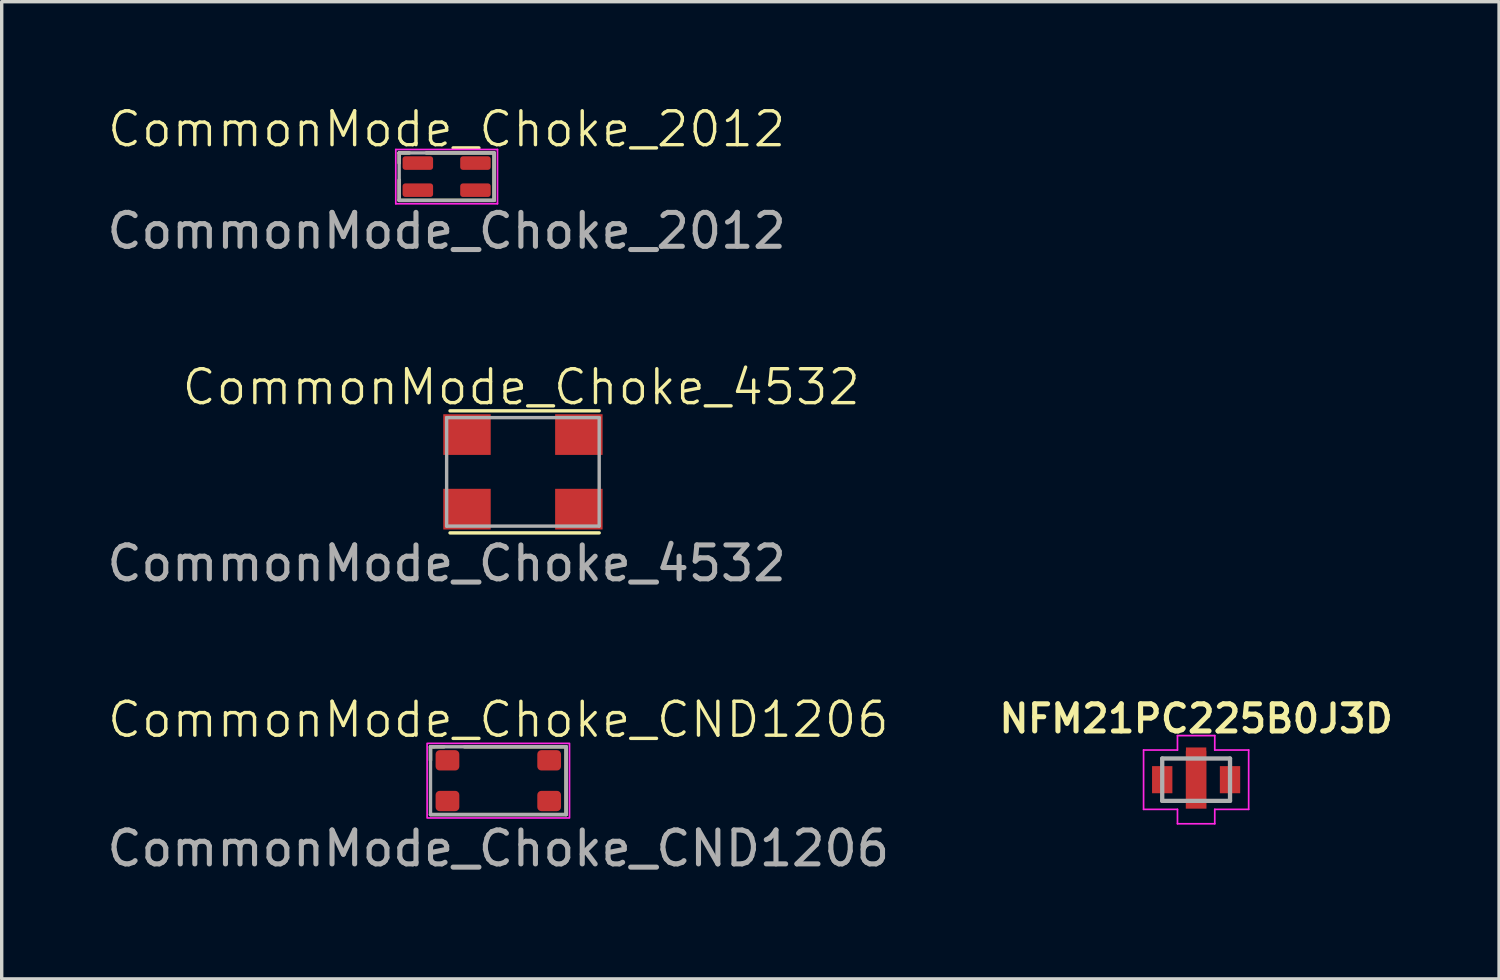
<source format=kicad_pcb>
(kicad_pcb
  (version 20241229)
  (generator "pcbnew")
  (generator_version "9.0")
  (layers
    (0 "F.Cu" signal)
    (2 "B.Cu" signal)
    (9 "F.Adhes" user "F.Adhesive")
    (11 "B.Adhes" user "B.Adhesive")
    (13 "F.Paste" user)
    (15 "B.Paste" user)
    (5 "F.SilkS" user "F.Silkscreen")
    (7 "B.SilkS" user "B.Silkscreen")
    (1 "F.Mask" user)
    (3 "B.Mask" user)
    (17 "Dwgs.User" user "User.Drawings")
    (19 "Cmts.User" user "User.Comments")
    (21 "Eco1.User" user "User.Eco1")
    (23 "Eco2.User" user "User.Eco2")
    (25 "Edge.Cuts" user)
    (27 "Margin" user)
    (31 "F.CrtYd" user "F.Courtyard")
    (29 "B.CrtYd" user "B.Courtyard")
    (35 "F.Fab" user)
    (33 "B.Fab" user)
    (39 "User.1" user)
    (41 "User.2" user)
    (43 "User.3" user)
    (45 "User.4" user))
  (footprint "CommonMode_Choke_CND1206"
    (layer "F.Cu")
    (at 11.649 19.978)
    (property "Reference" "CommonMode_Choke_CND1206" (at 0 -1.8 0) (unlocked yes) (layer "F.SilkS") (effects (font (size 1 1) (thickness 0.1))))
    (attr smd)
    (fp_line (start -2 -1) (end -2 -0.6) (stroke (width 0.1) (type default)) (layer "F.SilkS"))
    (fp_line (start -2 1) (end 2 1) (stroke (width 0.1) (type default)) (layer "F.SilkS"))
    (fp_line (start -1.6 -1) (end -2 -1) (stroke (width 0.1) (type default)) (layer "F.SilkS"))
    (fp_line (start -1 -1) (end 2 -1) (stroke (width 0.1) (type default)) (layer "F.SilkS"))
    (fp_line (start 2 -1) (end 2 1) (stroke (width 0.1) (type default)) (layer "F.SilkS"))
    (fp_rect (start -2.1 -1.1) (end 2.1 1.1) (stroke (width 0.05) (type default)) (fill no) (layer "F.CrtYd"))
    (fp_line (start -2 -1) (end -1.9 -1) (stroke (width 0.1) (type default)) (layer "F.Fab"))
    (fp_line (start -2 1) (end -2 -1) (stroke (width 0.1) (type default)) (layer "F.Fab"))
    (fp_line (start -1.9 -1) (end 2 -1) (stroke (width 0.1) (type default)) (layer "F.Fab"))
    (fp_line (start 2 -1) (end 2 1) (stroke (width 0.1) (type default)) (layer "F.Fab"))
    (fp_line (start 2 1) (end -2 1) (stroke (width 0.1) (type default)) (layer "F.Fab"))
    (fp_text user "${REFERENCE}" (at 0 2 0) (unlocked yes) (layer "F.Fab") (effects (font (size 1 1) (thickness 0.15))))
    (pad "1" smd roundrect (at -1.5 -0.6) (size 0.7 0.6) (layers "F.Cu" "F.Mask" "F.Paste") (roundrect_rratio 0.2))
    (pad "2" smd roundrect (at 1.5 -0.6) (size 0.7 0.6) (layers "F.Cu" "F.Mask" "F.Paste") (roundrect_rratio 0.2))
    (pad "3" smd roundrect (at -1.5 0.6) (size 0.7 0.6) (layers "F.Cu" "F.Mask" "F.Paste") (roundrect_rratio 0.2))
    (pad "4" smd roundrect (at 1.5 0.6) (size 0.7 0.6) (layers "F.Cu" "F.Mask" "F.Paste") (roundrect_rratio 0.2)))
  (footprint "CommonMode_Choke_4532"
    (layer "F.Cu")
    (at 10.125 12.469)
    (property "Reference" "CommonMode_Choke_4532" (at 2.2 -4.1 0) (unlocked yes) (layer "F.SilkS") (effects (font (size 1 1) (thickness 0.1))))
    (attr smd)
    (fp_line (start 0.1 0.2) (end 4.5 0.2) (stroke (width 0.1) (type default)) (layer "F.SilkS"))
    (fp_line (start 4.5 -3.4) (end 0.1 -3.4) (stroke (width 0.1) (type default)) (layer "F.SilkS"))
    (fp_line (start 0 -3.2) (end 4.5 -3.2) (stroke (width 0.1) (type default)) (layer "F.Fab"))
    (fp_line (start 0 0) (end 0 -3.2) (stroke (width 0.1) (type default)) (layer "F.Fab"))
    (fp_line (start 0 0) (end 4.5 0) (stroke (width 0.1) (type default)) (layer "F.Fab"))
    (fp_line (start 4.5 -3.2) (end 4.5 0) (stroke (width 0.1) (type default)) (layer "F.Fab"))
    (fp_text user "${REFERENCE}" (at 0 1.1 0) (unlocked yes) (layer "F.Fab") (effects (font (size 1 1) (thickness 0.15))))
    (pad "1" smd rect (at 0.6 -2.7) (size 1.4 1.2) (layers "F.Cu" "F.Mask" "F.Paste"))
    (pad "2" smd rect (at 3.9 -2.7) (size 1.4 1.2) (layers "F.Cu" "F.Mask" "F.Paste"))
    (pad "3" smd rect (at 0.6 -0.5) (size 1.4 1.2) (layers "F.Cu" "F.Mask" "F.Paste"))
    (pad "4" smd rect (at 3.9 -0.5) (size 1.4 1.2) (layers "F.Cu" "F.Mask" "F.Paste")))
  (footprint "NFM21PC225B0J3D"
    (layer "F.Cu")
    (at 32.233 19.949)
    (property "Reference" "NFM21PC225B0J3D" (at 0 -1.8 0) (layer "F.SilkS") (effects (font (size 0.8 0.8) (thickness 0.15))))
    (attr smd)
    (fp_poly (pts (xy -1.3 -0.4) (xy -0.7 -0.4) (xy -0.7 0.4) (xy -1.3 0.4)) (stroke (width 0.01) (type solid)) (fill yes) (layer "F.Mask"))
    (fp_poly (pts (xy -0.3 -0.95) (xy 0.3 -0.95) (xy 0.3 -0.3) (xy -0.3 -0.3)) (stroke (width 0.01) (type solid)) (fill yes) (layer "F.Mask"))
    (fp_poly (pts (xy 0.7 -0.4) (xy 1.3 -0.4) (xy 1.3 0.4) (xy 0.7 0.4)) (stroke (width 0.01) (type solid)) (fill yes) (layer "F.Mask"))
    (fp_line (start -1.55 -0.875) (end -0.55 -0.875) (stroke (width 0.05) (type solid)) (layer "F.CrtYd"))
    (fp_line (start -1.55 0.875) (end -1.55 -0.875) (stroke (width 0.05) (type solid)) (layer "F.CrtYd"))
    (fp_line (start -0.55 -1.3) (end 0.55 -1.3) (stroke (width 0.05) (type solid)) (layer "F.CrtYd"))
    (fp_line (start -0.55 -0.875) (end -0.55 -1.3) (stroke (width 0.05) (type solid)) (layer "F.CrtYd"))
    (fp_line (start -0.55 0.875) (end -1.55 0.875) (stroke (width 0.05) (type solid)) (layer "F.CrtYd"))
    (fp_line (start -0.55 1.3) (end -0.55 0.875) (stroke (width 0.05) (type solid)) (layer "F.CrtYd"))
    (fp_line (start 0.55 -1.3) (end 0.55 -0.875) (stroke (width 0.05) (type solid)) (layer "F.CrtYd"))
    (fp_line (start 0.55 -0.875) (end 1.55 -0.875) (stroke (width 0.05) (type solid)) (layer "F.CrtYd"))
    (fp_line (start 0.55 0.875) (end 0.55 1.3) (stroke (width 0.05) (type solid)) (layer "F.CrtYd"))
    (fp_line (start 0.55 1.3) (end -0.55 1.3) (stroke (width 0.05) (type solid)) (layer "F.CrtYd"))
    (fp_line (start 1.55 -0.875) (end 1.55 0.875) (stroke (width 0.05) (type solid)) (layer "F.CrtYd"))
    (fp_line (start 1.55 0.875) (end 0.55 0.875) (stroke (width 0.05) (type solid)) (layer "F.CrtYd"))
    (fp_line (start -1 -0.625) (end -1 0.625) (stroke (width 0.127) (type solid)) (layer "F.Fab"))
    (fp_line (start -1 0.625) (end 1 0.625) (stroke (width 0.127) (type solid)) (layer "F.Fab"))
    (fp_line (start 1 -0.625) (end -1 -0.625) (stroke (width 0.127) (type solid)) (layer "F.Fab"))
    (fp_line (start 1 0.625) (end 1 -0.625) (stroke (width 0.127) (type solid)) (layer "F.Fab"))
    (pad "1" smd rect (at -1 0) (size 0.6 0.8) (layers "F.Cu" "F.Paste"))
    (pad "2" smd custom (at 0 -0.625) (size 0.6 0.65) (layers "F.Cu" "F.Paste") (options (anchor rect)) (primitives (gr_poly (pts (xy -0.3 -0.225) (xy 0.3 -0.225) (xy 0.3 1.475) (xy -0.3 1.475)) (width 0.01) (fill yes))))
    (pad "3" smd rect (at 1 0) (size 0.6 0.8) (layers "F.Cu" "F.Paste")))
  (footprint "CommonMode_Choke_2012"
    (layer "F.Cu")
    (at 10.125 2.16)
    (property "Reference" "CommonMode_Choke_2012" (at 0 -1.4 0) (unlocked yes) (layer "F.SilkS") (effects (font (size 1 1) (thickness 0.1))))
    (attr smd)
    (fp_line (start -1.4 -0.7) (end -1.4 -0.4) (stroke (width 0.1) (type default)) (layer "F.SilkS"))
    (fp_line (start -1.4 -0.7) (end -1.1 -0.7) (stroke (width 0.1) (type default)) (layer "F.SilkS"))
    (fp_line (start -1.4 0.1) (end -1.4 0.7) (stroke (width 0.1) (type default)) (layer "F.SilkS"))
    (fp_line (start -1.4 0.7) (end 1.4 0.7) (stroke (width 0.1) (type default)) (layer "F.SilkS"))
    (fp_line (start 1.4 -0.7) (end -0.6 -0.7) (stroke (width 0.1) (type default)) (layer "F.SilkS"))
    (fp_line (start 1.4 0.7) (end 1.4 -0.7) (stroke (width 0.1) (type default)) (layer "F.SilkS"))
    (fp_line (start -1.5 -0.8) (end 1.5 -0.8) (stroke (width 0.05) (type default)) (layer "F.CrtYd"))
    (fp_line (start -1.5 0.8) (end -1.5 -0.8) (stroke (width 0.05) (type default)) (layer "F.CrtYd"))
    (fp_line (start 1.5 -0.8) (end 1.5 0.8) (stroke (width 0.05) (type default)) (layer "F.CrtYd"))
    (fp_line (start 1.5 0.8) (end -1.5 0.8) (stroke (width 0.05) (type default)) (layer "F.CrtYd"))
    (fp_line (start -1.4 -0.7) (end 1.4 -0.7) (stroke (width 0.1) (type default)) (layer "F.Fab"))
    (fp_line (start -1.4 0.7) (end -1.4 -0.7) (stroke (width 0.1) (type default)) (layer "F.Fab"))
    (fp_line (start 1.4 -0.7) (end 1.4 0.7) (stroke (width 0.1) (type default)) (layer "F.Fab"))
    (fp_line (start 1.4 0.7) (end -1.4 0.7) (stroke (width 0.1) (type default)) (layer "F.Fab"))
    (fp_text user "${REFERENCE}" (at 0 1.6 0) (unlocked yes) (layer "F.Fab") (effects (font (size 1 1) (thickness 0.15))))
    (pad "1" smd roundrect (at -0.85 -0.4) (size 0.9 0.4) (layers "F.Cu" "F.Mask" "F.Paste") (roundrect_rratio 0.2))
    (pad "2" smd roundrect (at 0.85 -0.4) (size 0.9 0.4) (layers "F.Cu" "F.Mask" "F.Paste") (roundrect_rratio 0.2))
    (pad "3" smd roundrect (at -0.85 0.4) (size 0.9 0.4) (layers "F.Cu" "F.Mask" "F.Paste") (roundrect_rratio 0.2))
    (pad "4" smd roundrect (at 0.85 0.4) (size 0.9 0.4) (layers "F.Cu" "F.Mask" "F.Paste") (roundrect_rratio 0.2)))
  (gr_rect
    (start -3 -3)
    (end 41.169 25.826)
    (stroke (width 0.1) (type default))
    (fill no)
    (layer "Edge.Cuts")))
</source>
